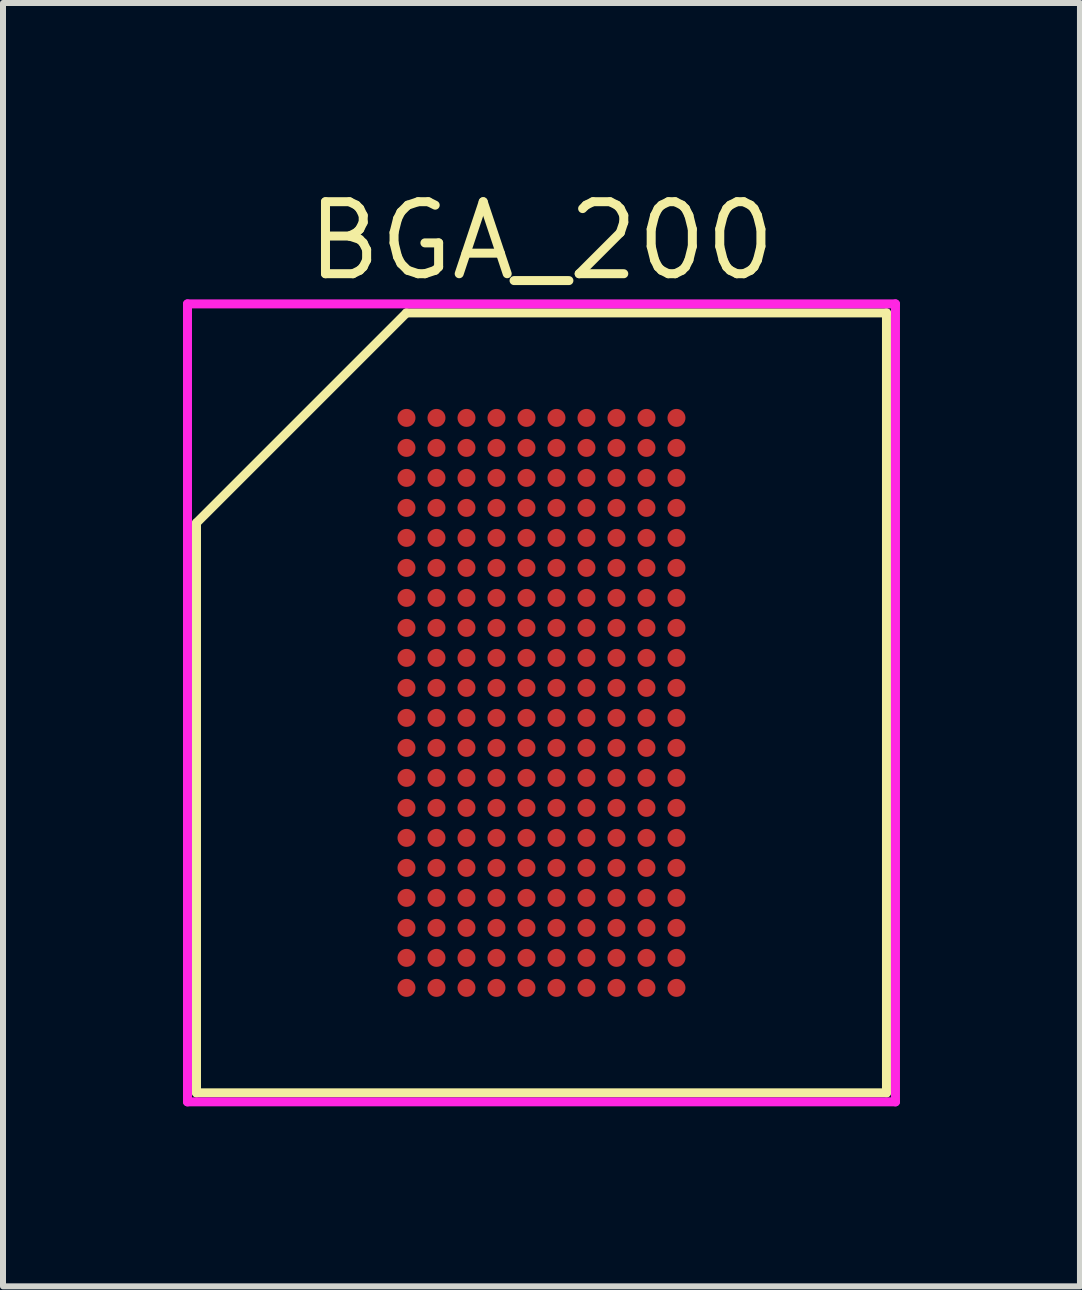
<source format=kicad_pcb>
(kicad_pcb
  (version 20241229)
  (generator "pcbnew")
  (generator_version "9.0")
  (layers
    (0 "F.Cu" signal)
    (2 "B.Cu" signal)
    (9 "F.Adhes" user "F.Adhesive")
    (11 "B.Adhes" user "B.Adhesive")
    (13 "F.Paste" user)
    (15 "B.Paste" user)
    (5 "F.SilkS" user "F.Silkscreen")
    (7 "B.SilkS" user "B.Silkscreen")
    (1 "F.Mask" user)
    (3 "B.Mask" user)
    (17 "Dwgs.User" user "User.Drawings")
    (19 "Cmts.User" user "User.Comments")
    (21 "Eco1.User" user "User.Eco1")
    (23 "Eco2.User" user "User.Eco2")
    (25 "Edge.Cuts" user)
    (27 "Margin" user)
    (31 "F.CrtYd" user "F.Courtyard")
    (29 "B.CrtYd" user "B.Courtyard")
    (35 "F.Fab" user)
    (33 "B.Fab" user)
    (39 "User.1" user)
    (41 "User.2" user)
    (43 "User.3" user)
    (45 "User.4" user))
  (footprint "BGA_200"
    (layer "F.Cu")
    (at 5.975 8.665)
    (property "Reference" "BGA_200" (at 0 -7.7 0) (layer "F.SilkS") (effects (font (size 1.2 1.2) (thickness 0.15))))
    (attr through_hole)
    (fp_line (start -5.75 -3) (end -5.75 6.5) (stroke (width 0.15) (type solid)) (layer "F.SilkS"))
    (fp_line (start -5.75 6.5) (end 5.75 6.5) (stroke (width 0.15) (type solid)) (layer "F.SilkS"))
    (fp_line (start -2.25 -6.5) (end -5.75 -3) (stroke (width 0.15) (type solid)) (layer "F.SilkS"))
    (fp_line (start 5.75 -6.5) (end -2.25 -6.5) (stroke (width 0.15) (type solid)) (layer "F.SilkS"))
    (fp_line (start 5.75 6.5) (end 5.75 -6.5) (stroke (width 0.15) (type solid)) (layer "F.SilkS"))
    (fp_line (start -5.9 -6.65) (end 5.9 -6.65) (stroke (width 0.15) (type solid)) (layer "F.CrtYd"))
    (fp_line (start -5.9 6.65) (end -5.9 -6.65) (stroke (width 0.15) (type solid)) (layer "F.CrtYd"))
    (fp_line (start 5.9 -6.65) (end 5.9 6.65) (stroke (width 0.15) (type solid)) (layer "F.CrtYd"))
    (fp_line (start 5.9 6.65) (end -5.9 6.65) (stroke (width 0.15) (type solid)) (layer "F.CrtYd"))
    (pad "A1" smd circle (at -2.25 -4.75) (size 0.3 0.3) (layers "F.Cu" "F.Mask" "F.Paste"))
    (pad "A2" smd circle (at -1.75 -4.75) (size 0.3 0.3) (layers "F.Cu" "F.Mask" "F.Paste"))
    (pad "A3" smd circle (at -1.25 -4.75) (size 0.3 0.3) (layers "F.Cu" "F.Mask" "F.Paste"))
    (pad "A4" smd circle (at -0.75 -4.75) (size 0.3 0.3) (layers "F.Cu" "F.Mask" "F.Paste"))
    (pad "A5" smd circle (at -0.25 -4.75) (size 0.3 0.3) (layers "F.Cu" "F.Mask" "F.Paste"))
    (pad "A6" smd circle (at 0.25 -4.75) (size 0.3 0.3) (layers "F.Cu" "F.Mask" "F.Paste"))
    (pad "A7" smd circle (at 0.75 -4.75) (size 0.3 0.3) (layers "F.Cu" "F.Mask" "F.Paste"))
    (pad "A8" smd circle (at 1.25 -4.75) (size 0.3 0.3) (layers "F.Cu" "F.Mask" "F.Paste"))
    (pad "A9" smd circle (at 1.75 -4.75) (size 0.3 0.3) (layers "F.Cu" "F.Mask" "F.Paste"))
    (pad "A10" smd circle (at 2.25 -4.75) (size 0.3 0.3) (layers "F.Cu" "F.Mask" "F.Paste"))
    (pad "B1" smd circle (at -2.25 -4.25) (size 0.3 0.3) (layers "F.Cu" "F.Mask" "F.Paste"))
    (pad "B2" smd circle (at -1.75 -4.25) (size 0.3 0.3) (layers "F.Cu" "F.Mask" "F.Paste"))
    (pad "B3" smd circle (at -1.25 -4.25) (size 0.3 0.3) (layers "F.Cu" "F.Mask" "F.Paste"))
    (pad "B4" smd circle (at -0.75 -4.25) (size 0.3 0.3) (layers "F.Cu" "F.Mask" "F.Paste"))
    (pad "B5" smd circle (at -0.25 -4.25) (size 0.3 0.3) (layers "F.Cu" "F.Mask" "F.Paste"))
    (pad "B6" smd circle (at 0.25 -4.25) (size 0.3 0.3) (layers "F.Cu" "F.Mask" "F.Paste"))
    (pad "B7" smd circle (at 0.75 -4.25) (size 0.3 0.3) (layers "F.Cu" "F.Mask" "F.Paste"))
    (pad "B8" smd circle (at 1.25 -4.25) (size 0.3 0.3) (layers "F.Cu" "F.Mask" "F.Paste"))
    (pad "B9" smd circle (at 1.75 -4.25) (size 0.3 0.3) (layers "F.Cu" "F.Mask" "F.Paste"))
    (pad "B10" smd circle (at 2.25 -4.25) (size 0.3 0.3) (layers "F.Cu" "F.Mask" "F.Paste"))
    (pad "C1" smd circle (at -2.25 -3.75) (size 0.3 0.3) (layers "F.Cu" "F.Mask" "F.Paste"))
    (pad "C2" smd circle (at -1.75 -3.75) (size 0.3 0.3) (layers "F.Cu" "F.Mask" "F.Paste"))
    (pad "C3" smd circle (at -1.25 -3.75) (size 0.3 0.3) (layers "F.Cu" "F.Mask" "F.Paste"))
    (pad "C4" smd circle (at -0.75 -3.75) (size 0.3 0.3) (layers "F.Cu" "F.Mask" "F.Paste"))
    (pad "C5" smd circle (at -0.25 -3.75) (size 0.3 0.3) (layers "F.Cu" "F.Mask" "F.Paste"))
    (pad "C6" smd circle (at 0.25 -3.75) (size 0.3 0.3) (layers "F.Cu" "F.Mask" "F.Paste"))
    (pad "C7" smd circle (at 0.75 -3.75) (size 0.3 0.3) (layers "F.Cu" "F.Mask" "F.Paste"))
    (pad "C8" smd circle (at 1.25 -3.75) (size 0.3 0.3) (layers "F.Cu" "F.Mask" "F.Paste"))
    (pad "C9" smd circle (at 1.75 -3.75) (size 0.3 0.3) (layers "F.Cu" "F.Mask" "F.Paste"))
    (pad "C10" smd circle (at 2.25 -3.75) (size 0.3 0.3) (layers "F.Cu" "F.Mask" "F.Paste"))
    (pad "D1" smd circle (at -2.25 -3.25) (size 0.3 0.3) (layers "F.Cu" "F.Mask" "F.Paste"))
    (pad "D2" smd circle (at -1.75 -3.25) (size 0.3 0.3) (layers "F.Cu" "F.Mask" "F.Paste"))
    (pad "D3" smd circle (at -1.25 -3.25) (size 0.3 0.3) (layers "F.Cu" "F.Mask" "F.Paste"))
    (pad "D4" smd circle (at -0.75 -3.25) (size 0.3 0.3) (layers "F.Cu" "F.Mask" "F.Paste"))
    (pad "D5" smd circle (at -0.25 -3.25) (size 0.3 0.3) (layers "F.Cu" "F.Mask" "F.Paste"))
    (pad "D6" smd circle (at 0.25 -3.25) (size 0.3 0.3) (layers "F.Cu" "F.Mask" "F.Paste"))
    (pad "D7" smd circle (at 0.75 -3.25) (size 0.3 0.3) (layers "F.Cu" "F.Mask" "F.Paste"))
    (pad "D8" smd circle (at 1.25 -3.25) (size 0.3 0.3) (layers "F.Cu" "F.Mask" "F.Paste"))
    (pad "D9" smd circle (at 1.75 -3.25) (size 0.3 0.3) (layers "F.Cu" "F.Mask" "F.Paste"))
    (pad "D10" smd circle (at 2.25 -3.25) (size 0.3 0.3) (layers "F.Cu" "F.Mask" "F.Paste"))
    (pad "E1" smd circle (at -2.25 -2.75) (size 0.3 0.3) (layers "F.Cu" "F.Mask" "F.Paste"))
    (pad "E2" smd circle (at -1.75 -2.75) (size 0.3 0.3) (layers "F.Cu" "F.Mask" "F.Paste"))
    (pad "E3" smd circle (at -1.25 -2.75) (size 0.3 0.3) (layers "F.Cu" "F.Mask" "F.Paste"))
    (pad "E4" smd circle (at -0.75 -2.75) (size 0.3 0.3) (layers "F.Cu" "F.Mask" "F.Paste"))
    (pad "E5" smd circle (at -0.25 -2.75) (size 0.3 0.3) (layers "F.Cu" "F.Mask" "F.Paste"))
    (pad "E6" smd circle (at 0.25 -2.75) (size 0.3 0.3) (layers "F.Cu" "F.Mask" "F.Paste"))
    (pad "E7" smd circle (at 0.75 -2.75) (size 0.3 0.3) (layers "F.Cu" "F.Mask" "F.Paste"))
    (pad "E8" smd circle (at 1.25 -2.75) (size 0.3 0.3) (layers "F.Cu" "F.Mask" "F.Paste"))
    (pad "E9" smd circle (at 1.75 -2.75) (size 0.3 0.3) (layers "F.Cu" "F.Mask" "F.Paste"))
    (pad "E10" smd circle (at 2.25 -2.75) (size 0.3 0.3) (layers "F.Cu" "F.Mask" "F.Paste"))
    (pad "F1" smd circle (at -2.25 -2.25) (size 0.3 0.3) (layers "F.Cu" "F.Mask" "F.Paste"))
    (pad "F2" smd circle (at -1.75 -2.25) (size 0.3 0.3) (layers "F.Cu" "F.Mask" "F.Paste"))
    (pad "F3" smd circle (at -1.25 -2.25) (size 0.3 0.3) (layers "F.Cu" "F.Mask" "F.Paste"))
    (pad "F4" smd circle (at -0.75 -2.25) (size 0.3 0.3) (layers "F.Cu" "F.Mask" "F.Paste"))
    (pad "F5" smd circle (at -0.25 -2.25) (size 0.3 0.3) (layers "F.Cu" "F.Mask" "F.Paste"))
    (pad "F6" smd circle (at 0.25 -2.25) (size 0.3 0.3) (layers "F.Cu" "F.Mask" "F.Paste"))
    (pad "F7" smd circle (at 0.75 -2.25) (size 0.3 0.3) (layers "F.Cu" "F.Mask" "F.Paste"))
    (pad "F8" smd circle (at 1.25 -2.25) (size 0.3 0.3) (layers "F.Cu" "F.Mask" "F.Paste"))
    (pad "F9" smd circle (at 1.75 -2.25) (size 0.3 0.3) (layers "F.Cu" "F.Mask" "F.Paste"))
    (pad "F10" smd circle (at 2.25 -2.25) (size 0.3 0.3) (layers "F.Cu" "F.Mask" "F.Paste"))
    (pad "G1" smd circle (at -2.25 -1.75) (size 0.3 0.3) (layers "F.Cu" "F.Mask" "F.Paste"))
    (pad "G2" smd circle (at -1.75 -1.75) (size 0.3 0.3) (layers "F.Cu" "F.Mask" "F.Paste"))
    (pad "G3" smd circle (at -1.25 -1.75) (size 0.3 0.3) (layers "F.Cu" "F.Mask" "F.Paste"))
    (pad "G4" smd circle (at -0.75 -1.75) (size 0.3 0.3) (layers "F.Cu" "F.Mask" "F.Paste"))
    (pad "G5" smd circle (at -0.25 -1.75) (size 0.3 0.3) (layers "F.Cu" "F.Mask" "F.Paste"))
    (pad "G6" smd circle (at 0.25 -1.75) (size 0.3 0.3) (layers "F.Cu" "F.Mask" "F.Paste"))
    (pad "G7" smd circle (at 0.75 -1.75) (size 0.3 0.3) (layers "F.Cu" "F.Mask" "F.Paste"))
    (pad "G8" smd circle (at 1.25 -1.75) (size 0.3 0.3) (layers "F.Cu" "F.Mask" "F.Paste"))
    (pad "G9" smd circle (at 1.75 -1.75) (size 0.3 0.3) (layers "F.Cu" "F.Mask" "F.Paste"))
    (pad "G10" smd circle (at 2.25 -1.75) (size 0.3 0.3) (layers "F.Cu" "F.Mask" "F.Paste"))
    (pad "H1" smd circle (at -2.25 -1.25) (size 0.3 0.3) (layers "F.Cu" "F.Mask" "F.Paste"))
    (pad "H2" smd circle (at -1.75 -1.25) (size 0.3 0.3) (layers "F.Cu" "F.Mask" "F.Paste"))
    (pad "H3" smd circle (at -1.25 -1.25) (size 0.3 0.3) (layers "F.Cu" "F.Mask" "F.Paste"))
    (pad "H4" smd circle (at -0.75 -1.25) (size 0.3 0.3) (layers "F.Cu" "F.Mask" "F.Paste"))
    (pad "H5" smd circle (at -0.25 -1.25) (size 0.3 0.3) (layers "F.Cu" "F.Mask" "F.Paste"))
    (pad "H6" smd circle (at 0.25 -1.25) (size 0.3 0.3) (layers "F.Cu" "F.Mask" "F.Paste"))
    (pad "H7" smd circle (at 0.75 -1.25) (size 0.3 0.3) (layers "F.Cu" "F.Mask" "F.Paste"))
    (pad "H8" smd circle (at 1.25 -1.25) (size 0.3 0.3) (layers "F.Cu" "F.Mask" "F.Paste"))
    (pad "H9" smd circle (at 1.75 -1.25) (size 0.3 0.3) (layers "F.Cu" "F.Mask" "F.Paste"))
    (pad "H10" smd circle (at 2.25 -1.25) (size 0.3 0.3) (layers "F.Cu" "F.Mask" "F.Paste"))
    (pad "J1" smd circle (at -2.25 -0.75) (size 0.3 0.3) (layers "F.Cu" "F.Mask" "F.Paste"))
    (pad "J2" smd circle (at -1.75 -0.75) (size 0.3 0.3) (layers "F.Cu" "F.Mask" "F.Paste"))
    (pad "J3" smd circle (at -1.25 -0.75) (size 0.3 0.3) (layers "F.Cu" "F.Mask" "F.Paste"))
    (pad "J4" smd circle (at -0.75 -0.75) (size 0.3 0.3) (layers "F.Cu" "F.Mask" "F.Paste"))
    (pad "J5" smd circle (at -0.25 -0.75) (size 0.3 0.3) (layers "F.Cu" "F.Mask" "F.Paste"))
    (pad "J6" smd circle (at 0.25 -0.75) (size 0.3 0.3) (layers "F.Cu" "F.Mask" "F.Paste"))
    (pad "J7" smd circle (at 0.75 -0.75) (size 0.3 0.3) (layers "F.Cu" "F.Mask" "F.Paste"))
    (pad "J8" smd circle (at 1.25 -0.75) (size 0.3 0.3) (layers "F.Cu" "F.Mask" "F.Paste"))
    (pad "J9" smd circle (at 1.75 -0.75) (size 0.3 0.3) (layers "F.Cu" "F.Mask" "F.Paste"))
    (pad "J10" smd circle (at 2.25 -0.75) (size 0.3 0.3) (layers "F.Cu" "F.Mask" "F.Paste"))
    (pad "K1" smd circle (at -2.25 -0.25) (size 0.3 0.3) (layers "F.Cu" "F.Mask" "F.Paste"))
    (pad "K2" smd circle (at -1.75 -0.25) (size 0.3 0.3) (layers "F.Cu" "F.Mask" "F.Paste"))
    (pad "K3" smd circle (at -1.25 -0.25) (size 0.3 0.3) (layers "F.Cu" "F.Mask" "F.Paste"))
    (pad "K4" smd circle (at -0.75 -0.25) (size 0.3 0.3) (layers "F.Cu" "F.Mask" "F.Paste"))
    (pad "K5" smd circle (at -0.25 -0.25) (size 0.3 0.3) (layers "F.Cu" "F.Mask" "F.Paste"))
    (pad "K6" smd circle (at 0.25 -0.25) (size 0.3 0.3) (layers "F.Cu" "F.Mask" "F.Paste"))
    (pad "K7" smd circle (at 0.75 -0.25) (size 0.3 0.3) (layers "F.Cu" "F.Mask" "F.Paste"))
    (pad "K8" smd circle (at 1.25 -0.25) (size 0.3 0.3) (layers "F.Cu" "F.Mask" "F.Paste"))
    (pad "K9" smd circle (at 1.75 -0.25) (size 0.3 0.3) (layers "F.Cu" "F.Mask" "F.Paste"))
    (pad "K10" smd circle (at 2.25 -0.25) (size 0.3 0.3) (layers "F.Cu" "F.Mask" "F.Paste"))
    (pad "L1" smd circle (at -2.25 0.25) (size 0.3 0.3) (layers "F.Cu" "F.Mask" "F.Paste"))
    (pad "L2" smd circle (at -1.75 0.25) (size 0.3 0.3) (layers "F.Cu" "F.Mask" "F.Paste"))
    (pad "L3" smd circle (at -1.25 0.25) (size 0.3 0.3) (layers "F.Cu" "F.Mask" "F.Paste"))
    (pad "L4" smd circle (at -0.75 0.25) (size 0.3 0.3) (layers "F.Cu" "F.Mask" "F.Paste"))
    (pad "L5" smd circle (at -0.25 0.25) (size 0.3 0.3) (layers "F.Cu" "F.Mask" "F.Paste"))
    (pad "L6" smd circle (at 0.25 0.25) (size 0.3 0.3) (layers "F.Cu" "F.Mask" "F.Paste"))
    (pad "L7" smd circle (at 0.75 0.25) (size 0.3 0.3) (layers "F.Cu" "F.Mask" "F.Paste"))
    (pad "L8" smd circle (at 1.25 0.25) (size 0.3 0.3) (layers "F.Cu" "F.Mask" "F.Paste"))
    (pad "L9" smd circle (at 1.75 0.25) (size 0.3 0.3) (layers "F.Cu" "F.Mask" "F.Paste"))
    (pad "L10" smd circle (at 2.25 0.25) (size 0.3 0.3) (layers "F.Cu" "F.Mask" "F.Paste"))
    (pad "M1" smd circle (at -2.25 0.75) (size 0.3 0.3) (layers "F.Cu" "F.Mask" "F.Paste"))
    (pad "M2" smd circle (at -1.75 0.75) (size 0.3 0.3) (layers "F.Cu" "F.Mask" "F.Paste"))
    (pad "M3" smd circle (at -1.25 0.75) (size 0.3 0.3) (layers "F.Cu" "F.Mask" "F.Paste"))
    (pad "M4" smd circle (at -0.75 0.75) (size 0.3 0.3) (layers "F.Cu" "F.Mask" "F.Paste"))
    (pad "M5" smd circle (at -0.25 0.75) (size 0.3 0.3) (layers "F.Cu" "F.Mask" "F.Paste"))
    (pad "M6" smd circle (at 0.25 0.75) (size 0.3 0.3) (layers "F.Cu" "F.Mask" "F.Paste"))
    (pad "M7" smd circle (at 0.75 0.75) (size 0.3 0.3) (layers "F.Cu" "F.Mask" "F.Paste"))
    (pad "M8" smd circle (at 1.25 0.75) (size 0.3 0.3) (layers "F.Cu" "F.Mask" "F.Paste"))
    (pad "M9" smd circle (at 1.75 0.75) (size 0.3 0.3) (layers "F.Cu" "F.Mask" "F.Paste"))
    (pad "M10" smd circle (at 2.25 0.75) (size 0.3 0.3) (layers "F.Cu" "F.Mask" "F.Paste"))
    (pad "N1" smd circle (at -2.25 1.25) (size 0.3 0.3) (layers "F.Cu" "F.Mask" "F.Paste"))
    (pad "N2" smd circle (at -1.75 1.25) (size 0.3 0.3) (layers "F.Cu" "F.Mask" "F.Paste"))
    (pad "N3" smd circle (at -1.25 1.25) (size 0.3 0.3) (layers "F.Cu" "F.Mask" "F.Paste"))
    (pad "N4" smd circle (at -0.75 1.25) (size 0.3 0.3) (layers "F.Cu" "F.Mask" "F.Paste"))
    (pad "N5" smd circle (at -0.25 1.25) (size 0.3 0.3) (layers "F.Cu" "F.Mask" "F.Paste"))
    (pad "N6" smd circle (at 0.25 1.25) (size 0.3 0.3) (layers "F.Cu" "F.Mask" "F.Paste"))
    (pad "N7" smd circle (at 0.75 1.25) (size 0.3 0.3) (layers "F.Cu" "F.Mask" "F.Paste"))
    (pad "N8" smd circle (at 1.25 1.25) (size 0.3 0.3) (layers "F.Cu" "F.Mask" "F.Paste"))
    (pad "N9" smd circle (at 1.75 1.25) (size 0.3 0.3) (layers "F.Cu" "F.Mask" "F.Paste"))
    (pad "N10" smd circle (at 2.25 1.25) (size 0.3 0.3) (layers "F.Cu" "F.Mask" "F.Paste"))
    (pad "P1" smd circle (at -2.25 1.75) (size 0.3 0.3) (layers "F.Cu" "F.Mask" "F.Paste"))
    (pad "P2" smd circle (at -1.75 1.75) (size 0.3 0.3) (layers "F.Cu" "F.Mask" "F.Paste"))
    (pad "P3" smd circle (at -1.25 1.75) (size 0.3 0.3) (layers "F.Cu" "F.Mask" "F.Paste"))
    (pad "P4" smd circle (at -0.75 1.75) (size 0.3 0.3) (layers "F.Cu" "F.Mask" "F.Paste"))
    (pad "P5" smd circle (at -0.25 1.75) (size 0.3 0.3) (layers "F.Cu" "F.Mask" "F.Paste"))
    (pad "P6" smd circle (at 0.25 1.75) (size 0.3 0.3) (layers "F.Cu" "F.Mask" "F.Paste"))
    (pad "P7" smd circle (at 0.75 1.75) (size 0.3 0.3) (layers "F.Cu" "F.Mask" "F.Paste"))
    (pad "P8" smd circle (at 1.25 1.75) (size 0.3 0.3) (layers "F.Cu" "F.Mask" "F.Paste"))
    (pad "P9" smd circle (at 1.75 1.75) (size 0.3 0.3) (layers "F.Cu" "F.Mask" "F.Paste"))
    (pad "P10" smd circle (at 2.25 1.75) (size 0.3 0.3) (layers "F.Cu" "F.Mask" "F.Paste"))
    (pad "R1" smd circle (at -2.25 2.25) (size 0.3 0.3) (layers "F.Cu" "F.Mask" "F.Paste"))
    (pad "R2" smd circle (at -1.75 2.25) (size 0.3 0.3) (layers "F.Cu" "F.Mask" "F.Paste"))
    (pad "R3" smd circle (at -1.25 2.25) (size 0.3 0.3) (layers "F.Cu" "F.Mask" "F.Paste"))
    (pad "R4" smd circle (at -0.75 2.25) (size 0.3 0.3) (layers "F.Cu" "F.Mask" "F.Paste"))
    (pad "R5" smd circle (at -0.25 2.25) (size 0.3 0.3) (layers "F.Cu" "F.Mask" "F.Paste"))
    (pad "R6" smd circle (at 0.25 2.25) (size 0.3 0.3) (layers "F.Cu" "F.Mask" "F.Paste"))
    (pad "R7" smd circle (at 0.75 2.25) (size 0.3 0.3) (layers "F.Cu" "F.Mask" "F.Paste"))
    (pad "R8" smd circle (at 1.25 2.25) (size 0.3 0.3) (layers "F.Cu" "F.Mask" "F.Paste"))
    (pad "R9" smd circle (at 1.75 2.25) (size 0.3 0.3) (layers "F.Cu" "F.Mask" "F.Paste"))
    (pad "R10" smd circle (at 2.25 2.25) (size 0.3 0.3) (layers "F.Cu" "F.Mask" "F.Paste"))
    (pad "T1" smd circle (at -2.25 2.75) (size 0.3 0.3) (layers "F.Cu" "F.Mask" "F.Paste"))
    (pad "T2" smd circle (at -1.75 2.75) (size 0.3 0.3) (layers "F.Cu" "F.Mask" "F.Paste"))
    (pad "T3" smd circle (at -1.25 2.75) (size 0.3 0.3) (layers "F.Cu" "F.Mask" "F.Paste"))
    (pad "T4" smd circle (at -0.75 2.75) (size 0.3 0.3) (layers "F.Cu" "F.Mask" "F.Paste"))
    (pad "T5" smd circle (at -0.25 2.75) (size 0.3 0.3) (layers "F.Cu" "F.Mask" "F.Paste"))
    (pad "T6" smd circle (at 0.25 2.75) (size 0.3 0.3) (layers "F.Cu" "F.Mask" "F.Paste"))
    (pad "T7" smd circle (at 0.75 2.75) (size 0.3 0.3) (layers "F.Cu" "F.Mask" "F.Paste"))
    (pad "T8" smd circle (at 1.25 2.75) (size 0.3 0.3) (layers "F.Cu" "F.Mask" "F.Paste"))
    (pad "T9" smd circle (at 1.75 2.75) (size 0.3 0.3) (layers "F.Cu" "F.Mask" "F.Paste"))
    (pad "T10" smd circle (at 2.25 2.75) (size 0.3 0.3) (layers "F.Cu" "F.Mask" "F.Paste"))
    (pad "U1" smd circle (at -2.25 3.25) (size 0.3 0.3) (layers "F.Cu" "F.Mask" "F.Paste"))
    (pad "U2" smd circle (at -1.75 3.25) (size 0.3 0.3) (layers "F.Cu" "F.Mask" "F.Paste"))
    (pad "U3" smd circle (at -1.25 3.25) (size 0.3 0.3) (layers "F.Cu" "F.Mask" "F.Paste"))
    (pad "U4" smd circle (at -0.75 3.25) (size 0.3 0.3) (layers "F.Cu" "F.Mask" "F.Paste"))
    (pad "U5" smd circle (at -0.25 3.25) (size 0.3 0.3) (layers "F.Cu" "F.Mask" "F.Paste"))
    (pad "U6" smd circle (at 0.25 3.25) (size 0.3 0.3) (layers "F.Cu" "F.Mask" "F.Paste"))
    (pad "U7" smd circle (at 0.75 3.25) (size 0.3 0.3) (layers "F.Cu" "F.Mask" "F.Paste"))
    (pad "U8" smd circle (at 1.25 3.25) (size 0.3 0.3) (layers "F.Cu" "F.Mask" "F.Paste"))
    (pad "U9" smd circle (at 1.75 3.25) (size 0.3 0.3) (layers "F.Cu" "F.Mask" "F.Paste"))
    (pad "U10" smd circle (at 2.25 3.25) (size 0.3 0.3) (layers "F.Cu" "F.Mask" "F.Paste"))
    (pad "V1" smd circle (at -2.25 3.75) (size 0.3 0.3) (layers "F.Cu" "F.Mask" "F.Paste"))
    (pad "V2" smd circle (at -1.75 3.75) (size 0.3 0.3) (layers "F.Cu" "F.Mask" "F.Paste"))
    (pad "V3" smd circle (at -1.25 3.75) (size 0.3 0.3) (layers "F.Cu" "F.Mask" "F.Paste"))
    (pad "V4" smd circle (at -0.75 3.75) (size 0.3 0.3) (layers "F.Cu" "F.Mask" "F.Paste"))
    (pad "V5" smd circle (at -0.25 3.75) (size 0.3 0.3) (layers "F.Cu" "F.Mask" "F.Paste"))
    (pad "V6" smd circle (at 0.25 3.75) (size 0.3 0.3) (layers "F.Cu" "F.Mask" "F.Paste"))
    (pad "V7" smd circle (at 0.75 3.75) (size 0.3 0.3) (layers "F.Cu" "F.Mask" "F.Paste"))
    (pad "V8" smd circle (at 1.25 3.75) (size 0.3 0.3) (layers "F.Cu" "F.Mask" "F.Paste"))
    (pad "V9" smd circle (at 1.75 3.75) (size 0.3 0.3) (layers "F.Cu" "F.Mask" "F.Paste"))
    (pad "V10" smd circle (at 2.25 3.75) (size 0.3 0.3) (layers "F.Cu" "F.Mask" "F.Paste"))
    (pad "W1" smd circle (at -2.25 4.25) (size 0.3 0.3) (layers "F.Cu" "F.Mask" "F.Paste"))
    (pad "W2" smd circle (at -1.75 4.25) (size 0.3 0.3) (layers "F.Cu" "F.Mask" "F.Paste"))
    (pad "W3" smd circle (at -1.25 4.25) (size 0.3 0.3) (layers "F.Cu" "F.Mask" "F.Paste"))
    (pad "W4" smd circle (at -0.75 4.25) (size 0.3 0.3) (layers "F.Cu" "F.Mask" "F.Paste"))
    (pad "W5" smd circle (at -0.25 4.25) (size 0.3 0.3) (layers "F.Cu" "F.Mask" "F.Paste"))
    (pad "W6" smd circle (at 0.25 4.25) (size 0.3 0.3) (layers "F.Cu" "F.Mask" "F.Paste"))
    (pad "W7" smd circle (at 0.75 4.25) (size 0.3 0.3) (layers "F.Cu" "F.Mask" "F.Paste"))
    (pad "W8" smd circle (at 1.25 4.25) (size 0.3 0.3) (layers "F.Cu" "F.Mask" "F.Paste"))
    (pad "W9" smd circle (at 1.75 4.25) (size 0.3 0.3) (layers "F.Cu" "F.Mask" "F.Paste"))
    (pad "W10" smd circle (at 2.25 4.25) (size 0.3 0.3) (layers "F.Cu" "F.Mask" "F.Paste"))
    (pad "Y1" smd circle (at -2.25 4.75) (size 0.3 0.3) (layers "F.Cu" "F.Mask" "F.Paste"))
    (pad "Y2" smd circle (at -1.75 4.75) (size 0.3 0.3) (layers "F.Cu" "F.Mask" "F.Paste"))
    (pad "Y3" smd circle (at -1.25 4.75) (size 0.3 0.3) (layers "F.Cu" "F.Mask" "F.Paste"))
    (pad "Y4" smd circle (at -0.75 4.75) (size 0.3 0.3) (layers "F.Cu" "F.Mask" "F.Paste"))
    (pad "Y5" smd circle (at -0.25 4.75) (size 0.3 0.3) (layers "F.Cu" "F.Mask" "F.Paste"))
    (pad "Y6" smd circle (at 0.25 4.75) (size 0.3 0.3) (layers "F.Cu" "F.Mask" "F.Paste"))
    (pad "Y7" smd circle (at 0.75 4.75) (size 0.3 0.3) (layers "F.Cu" "F.Mask" "F.Paste"))
    (pad "Y8" smd circle (at 1.25 4.75) (size 0.3 0.3) (layers "F.Cu" "F.Mask" "F.Paste"))
    (pad "Y9" smd circle (at 1.75 4.75) (size 0.3 0.3) (layers "F.Cu" "F.Mask" "F.Paste"))
    (pad "Y10" smd circle (at 2.25 4.75) (size 0.3 0.3) (layers "F.Cu" "F.Mask" "F.Paste")))
  (gr_rect
    (start -3 -3)
    (end 14.95 18.39)
    (stroke (width 0.1) (type default))
    (fill no)
    (layer "Edge.Cuts")))
</source>
